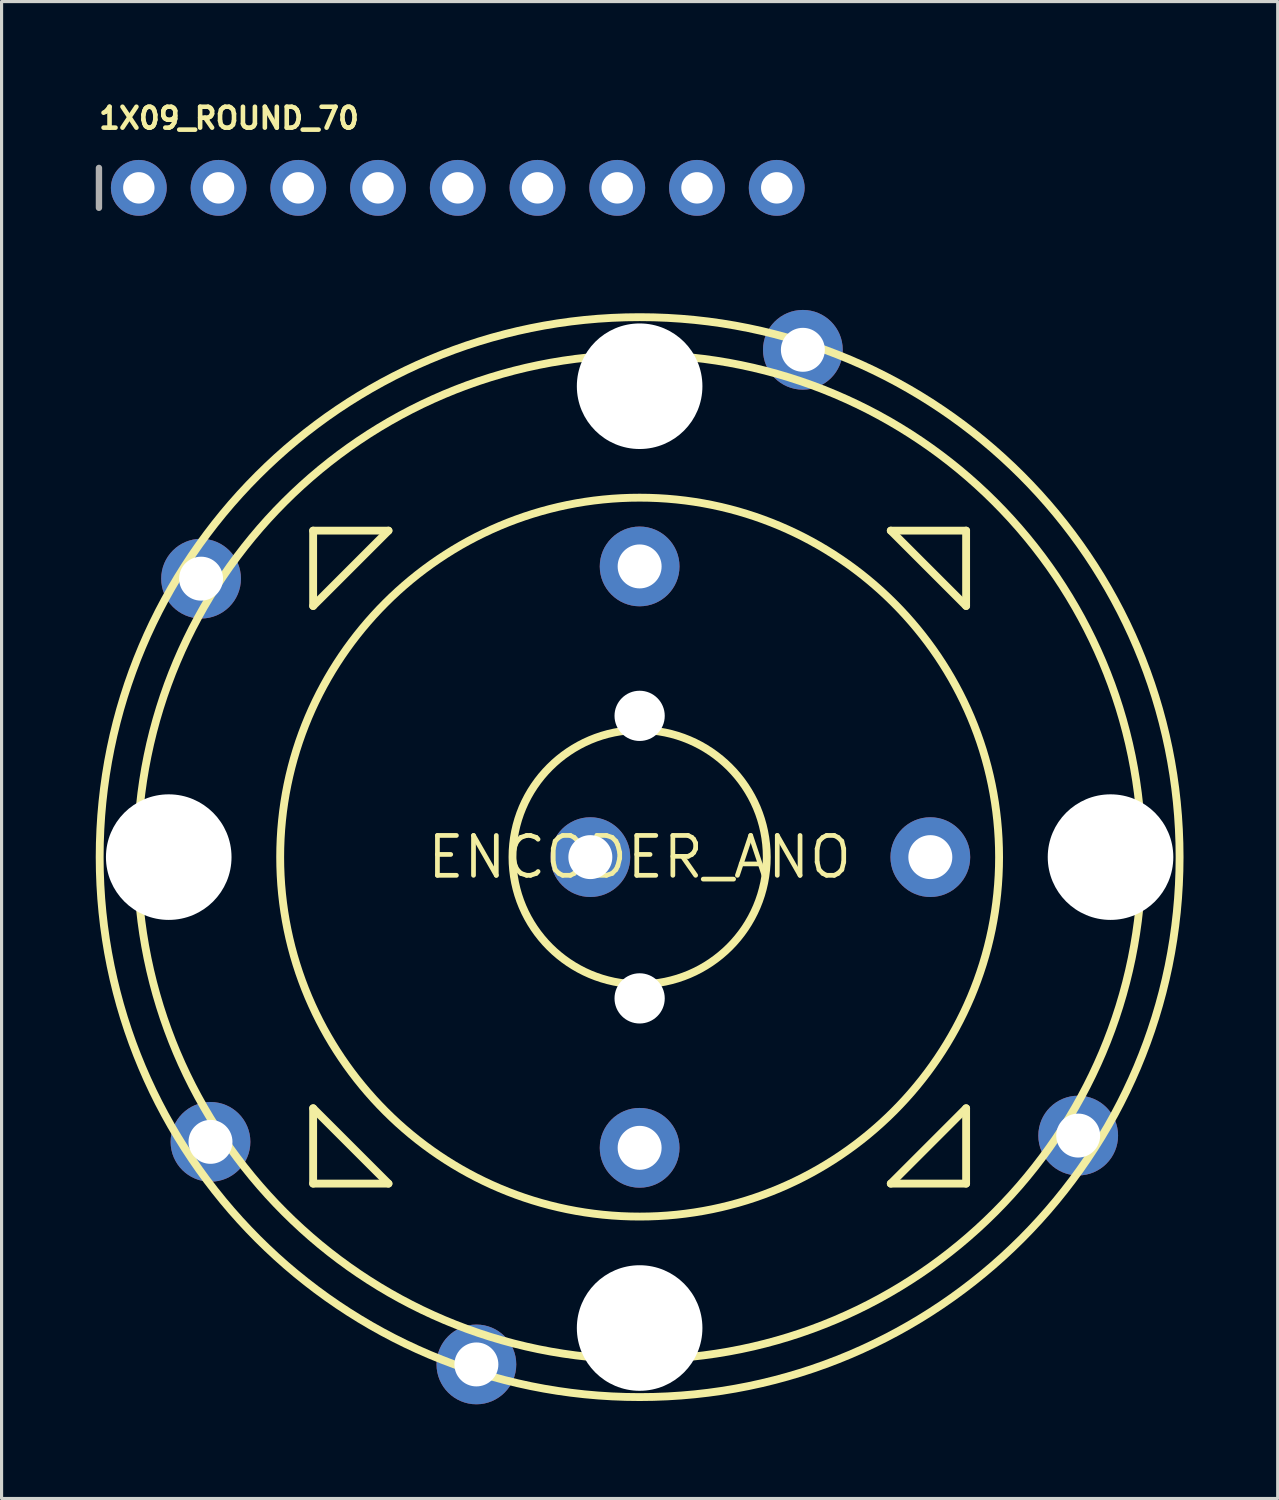
<source format=kicad_pcb>
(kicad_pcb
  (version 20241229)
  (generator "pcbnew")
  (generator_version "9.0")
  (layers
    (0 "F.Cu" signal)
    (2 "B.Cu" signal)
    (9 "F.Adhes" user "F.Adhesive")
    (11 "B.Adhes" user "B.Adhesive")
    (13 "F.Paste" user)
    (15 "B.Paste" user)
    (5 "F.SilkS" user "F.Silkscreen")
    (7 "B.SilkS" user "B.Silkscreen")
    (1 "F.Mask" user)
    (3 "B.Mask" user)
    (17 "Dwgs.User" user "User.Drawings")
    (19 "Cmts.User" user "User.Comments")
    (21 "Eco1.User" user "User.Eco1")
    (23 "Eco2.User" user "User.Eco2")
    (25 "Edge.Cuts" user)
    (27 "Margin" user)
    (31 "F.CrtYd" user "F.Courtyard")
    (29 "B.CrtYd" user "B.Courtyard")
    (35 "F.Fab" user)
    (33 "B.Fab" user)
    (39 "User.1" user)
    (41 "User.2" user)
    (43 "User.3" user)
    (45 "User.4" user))
  (footprint "ENCODER_ANO"
    (layer "F.Cu")
    (at 17.325 24.253)
    (property "Reference" "ENCODER_ANO" (at 0 0 0) (layer "F.SilkS") (effects (font (size 1.27 1.27) (thickness 0.15))))
    (fp_line (start -10.4 -10.4) (end -10.4 -8) (stroke (width 0.25) (type solid)) (layer "F.SilkS"))
    (fp_line (start -10.4 -8) (end -8 -10.4) (stroke (width 0.25) (type solid)) (layer "F.SilkS"))
    (fp_line (start -10.4 8) (end -10.4 10.4) (stroke (width 0.25) (type solid)) (layer "F.SilkS"))
    (fp_line (start -10.4 10.4) (end -8 10.4) (stroke (width 0.25) (type solid)) (layer "F.SilkS"))
    (fp_line (start -8 -10.4) (end -10.4 -10.4) (stroke (width 0.25) (type solid)) (layer "F.SilkS"))
    (fp_line (start -8 10.4) (end -10.4 8) (stroke (width 0.25) (type solid)) (layer "F.SilkS"))
    (fp_line (start 8 -10.4) (end 10.4 -8) (stroke (width 0.25) (type solid)) (layer "F.SilkS"))
    (fp_line (start 8 10.4) (end 10.4 10.4) (stroke (width 0.25) (type solid)) (layer "F.SilkS"))
    (fp_line (start 10.4 -10.4) (end 8 -10.4) (stroke (width 0.25) (type solid)) (layer "F.SilkS"))
    (fp_line (start 10.4 -8) (end 10.4 -10.4) (stroke (width 0.25) (type solid)) (layer "F.SilkS"))
    (fp_line (start 10.4 8) (end 8 10.4) (stroke (width 0.25) (type solid)) (layer "F.SilkS"))
    (fp_line (start 10.4 10.4) (end 10.4 8) (stroke (width 0.25) (type solid)) (layer "F.SilkS"))
    (fp_circle (center 0 0) (end 4.05 0) (stroke (width 0.25) (type solid)) (fill no) (layer "F.SilkS"))
    (fp_circle (center 0 0) (end 11.45 0) (stroke (width 0.25) (type solid)) (fill no) (layer "F.SilkS"))
    (fp_circle (center 0 0) (end 16 0) (stroke (width 0.25) (type solid)) (fill no) (layer "F.SilkS"))
    (fp_circle (center 0 0) (end 17.2 0) (stroke (width 0.25) (type solid)) (fill no) (layer "F.SilkS"))
    (pad "" np_thru_hole circle (at -15 0) (size 4 4) (drill 4) (layers "*.Cu" "*.Mask"))
    (pad "" np_thru_hole circle (at 0 -15) (size 4 4) (drill 4) (layers "*.Cu" "*.Mask"))
    (pad "" np_thru_hole circle (at 0 -4.5) (size 1.6 1.6) (drill 1.6) (layers "*.Cu" "*.Mask"))
    (pad "" np_thru_hole circle (at 0 4.5) (size 1.6 1.6) (drill 1.6) (layers "*.Cu" "*.Mask"))
    (pad "" np_thru_hole circle (at 0 15) (size 4 4) (drill 4) (layers "*.Cu" "*.Mask"))
    (pad "" np_thru_hole circle (at 15 0) (size 4 4) (drill 4) (layers "*.Cu" "*.Mask"))
    (pad "A" thru_hole circle (at 0 9.26) (size 2.54 2.54) (drill 1.4) (layers "*.Cu" "*.Mask"))
    (pad "B" thru_hole circle (at 9.26 0) (size 2.54 2.54) (drill 1.4) (layers "*.Cu" "*.Mask"))
    (pad "COM_A" thru_hole circle (at 0 -9.26) (size 2.54 2.54) (drill 1.4) (layers "*.Cu" "*.Mask"))
    (pad "COM_B" thru_hole circle (at -13.67 9.07) (size 2.54 2.54) (drill 1.4) (layers "*.Cu" "*.Mask"))
    (pad "S1" thru_hole circle (at -1.57 0) (size 2.54 2.54) (drill 1.4) (layers "*.Cu" "*.Mask"))
    (pad "S2" thru_hole circle (at -5.2 16.16) (size 2.54 2.54) (drill 1.4) (layers "*.Cu" "*.Mask"))
    (pad "S3" thru_hole circle (at 13.97 8.87) (size 2.54 2.54) (drill 1.4) (layers "*.Cu" "*.Mask"))
    (pad "S4" thru_hole circle (at 5.2 -16.16) (size 2.54 2.54) (drill 1.4) (layers "*.Cu" "*.Mask"))
    (pad "S5" thru_hole circle (at -13.97 -8.87) (size 2.54 2.54) (drill 1.4) (layers "*.Cu" "*.Mask")))
  (footprint "1X09_ROUND_70"
    (layer "F.Cu")
    (at 11.532 2.934)
    (property "Reference" "1X09_ROUND_70" (at -11.506 -1.829 0) (layer "F.SilkS") (effects (font (size 0.666 0.666) (thickness 0.146)) (justify left bottom)))
    (fp_line (start -11.43 -0.635) (end -11.43 0.635) (stroke (width 0.203) (type solid)) (layer "F.Fab"))
    (fp_poly (pts (xy -10.414 0.254) (xy -9.906 0.254) (xy -9.906 -0.254) (xy -10.414 -0.254)) (stroke (width 0.1) (type default)) (fill no) (layer "F.Fab"))
    (fp_poly (pts (xy -7.874 0.254) (xy -7.366 0.254) (xy -7.366 -0.254) (xy -7.874 -0.254)) (stroke (width 0.1) (type default)) (fill no) (layer "F.Fab"))
    (fp_poly (pts (xy -5.334 0.254) (xy -4.826 0.254) (xy -4.826 -0.254) (xy -5.334 -0.254)) (stroke (width 0.1) (type default)) (fill no) (layer "F.Fab"))
    (fp_poly (pts (xy -2.794 0.254) (xy -2.286 0.254) (xy -2.286 -0.254) (xy -2.794 -0.254)) (stroke (width 0.1) (type default)) (fill no) (layer "F.Fab"))
    (fp_poly (pts (xy -0.254 0.254) (xy 0.254 0.254) (xy 0.254 -0.254) (xy -0.254 -0.254)) (stroke (width 0.1) (type default)) (fill no) (layer "F.Fab"))
    (fp_poly (pts (xy 2.286 0.254) (xy 2.794 0.254) (xy 2.794 -0.254) (xy 2.286 -0.254)) (stroke (width 0.1) (type default)) (fill no) (layer "F.Fab"))
    (fp_poly (pts (xy 4.826 0.254) (xy 5.334 0.254) (xy 5.334 -0.254) (xy 4.826 -0.254)) (stroke (width 0.1) (type default)) (fill no) (layer "F.Fab"))
    (fp_poly (pts (xy 7.366 0.254) (xy 7.874 0.254) (xy 7.874 -0.254) (xy 7.366 -0.254)) (stroke (width 0.1) (type default)) (fill no) (layer "F.Fab"))
    (fp_poly (pts (xy 9.906 0.254) (xy 10.414 0.254) (xy 10.414 -0.254) (xy 9.906 -0.254)) (stroke (width 0.1) (type default)) (fill no) (layer "F.Fab"))
    (pad "1" thru_hole circle (at -10.16 0 90) (size 1.778 1.778) (drill 1) (layers "*.Cu" "*.Mask"))
    (pad "2" thru_hole circle (at -7.62 0 90) (size 1.778 1.778) (drill 1) (layers "*.Cu" "*.Mask"))
    (pad "3" thru_hole circle (at -5.08 0 90) (size 1.778 1.778) (drill 1) (layers "*.Cu" "*.Mask"))
    (pad "4" thru_hole circle (at -2.54 0 90) (size 1.778 1.778) (drill 1) (layers "*.Cu" "*.Mask"))
    (pad "5" thru_hole circle (at 0 0 90) (size 1.778 1.778) (drill 1) (layers "*.Cu" "*.Mask"))
    (pad "6" thru_hole circle (at 2.54 0 90) (size 1.778 1.778) (drill 1) (layers "*.Cu" "*.Mask"))
    (pad "7" thru_hole circle (at 5.08 0 90) (size 1.778 1.778) (drill 1) (layers "*.Cu" "*.Mask"))
    (pad "8" thru_hole circle (at 7.62 0 90) (size 1.778 1.778) (drill 1) (layers "*.Cu" "*.Mask"))
    (pad "9" thru_hole circle (at 10.16 0 90) (size 1.778 1.778) (drill 1) (layers "*.Cu" "*.Mask")))
  (gr_rect
    (start -3 -3)
    (end 37.65 44.683)
    (stroke (width 0.1) (type default))
    (fill no)
    (layer "Edge.Cuts")))
</source>
